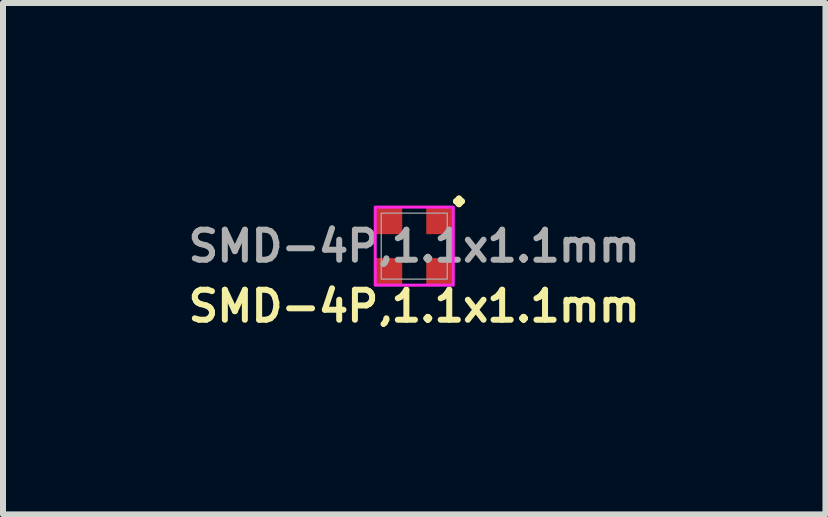
<source format=kicad_pcb>
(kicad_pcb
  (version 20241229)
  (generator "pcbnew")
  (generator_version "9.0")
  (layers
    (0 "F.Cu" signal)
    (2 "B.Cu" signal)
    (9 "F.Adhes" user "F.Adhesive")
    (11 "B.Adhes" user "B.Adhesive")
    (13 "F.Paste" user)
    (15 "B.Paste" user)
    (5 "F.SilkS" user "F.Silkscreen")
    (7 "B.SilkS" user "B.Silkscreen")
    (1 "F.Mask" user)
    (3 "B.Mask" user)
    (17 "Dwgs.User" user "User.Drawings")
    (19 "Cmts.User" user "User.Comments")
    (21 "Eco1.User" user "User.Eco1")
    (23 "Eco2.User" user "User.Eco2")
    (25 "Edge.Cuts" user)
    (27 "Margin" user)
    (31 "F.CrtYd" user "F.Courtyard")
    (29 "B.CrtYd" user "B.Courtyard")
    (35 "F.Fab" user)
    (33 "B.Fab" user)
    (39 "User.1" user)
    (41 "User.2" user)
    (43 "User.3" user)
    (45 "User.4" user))
  (footprint "SMD-4P,1.1x1.1mm"
    (layer "F.Cu")
    (at 3.85 1.05)
    (property "Reference" "SMD-4P,1.1x1.1mm" (at 0 1 0) (unlocked yes) (layer "F.SilkS") (effects (font (size 0.5 0.5) (thickness 0.1))))
    (attr smd)
    (fp_rect (start -0.65 -0.65) (end 0.65 0.65) (stroke (width 0.05) (type default)) (fill no) (layer "F.CrtYd"))
    (fp_rect (start -0.55 -0.55) (end 0.55 0.55) (stroke (width 0.02) (type default)) (fill no) (layer "F.Fab"))
    (fp_text user "." (at 0.57 -1.05 270) (unlocked yes) (layer "F.SilkS") (effects (font (size 1 1) (thickness 0.1)) (justify left bottom)))
    (fp_text user "${REFERENCE}" (at 0 0 0) (unlocked yes) (layer "F.Fab") (effects (font (size 0.5 0.5) (thickness 0.1) (bold yes))))
    (pad "1" smd rect (at 0.425 -0.425 270) (size 0.45 0.45) (layers "F.Cu" "F.Mask" "F.Paste"))
    (pad "2" smd rect (at 0.425 0.425 270) (size 0.45 0.45) (layers "F.Cu" "F.Mask" "F.Paste"))
    (pad "3" smd rect (at -0.425 -0.425 270) (size 0.45 0.45) (layers "F.Cu" "F.Mask" "F.Paste"))
    (pad "4" smd rect (at -0.425 0.425 270) (size 0.45 0.45) (layers "F.Cu" "F.Mask" "F.Paste")))
  (gr_rect
    (start -3 -3)
    (end 10.7 5.518)
    (stroke (width 0.1) (type default))
    (fill no)
    (layer "Edge.Cuts")))
</source>
